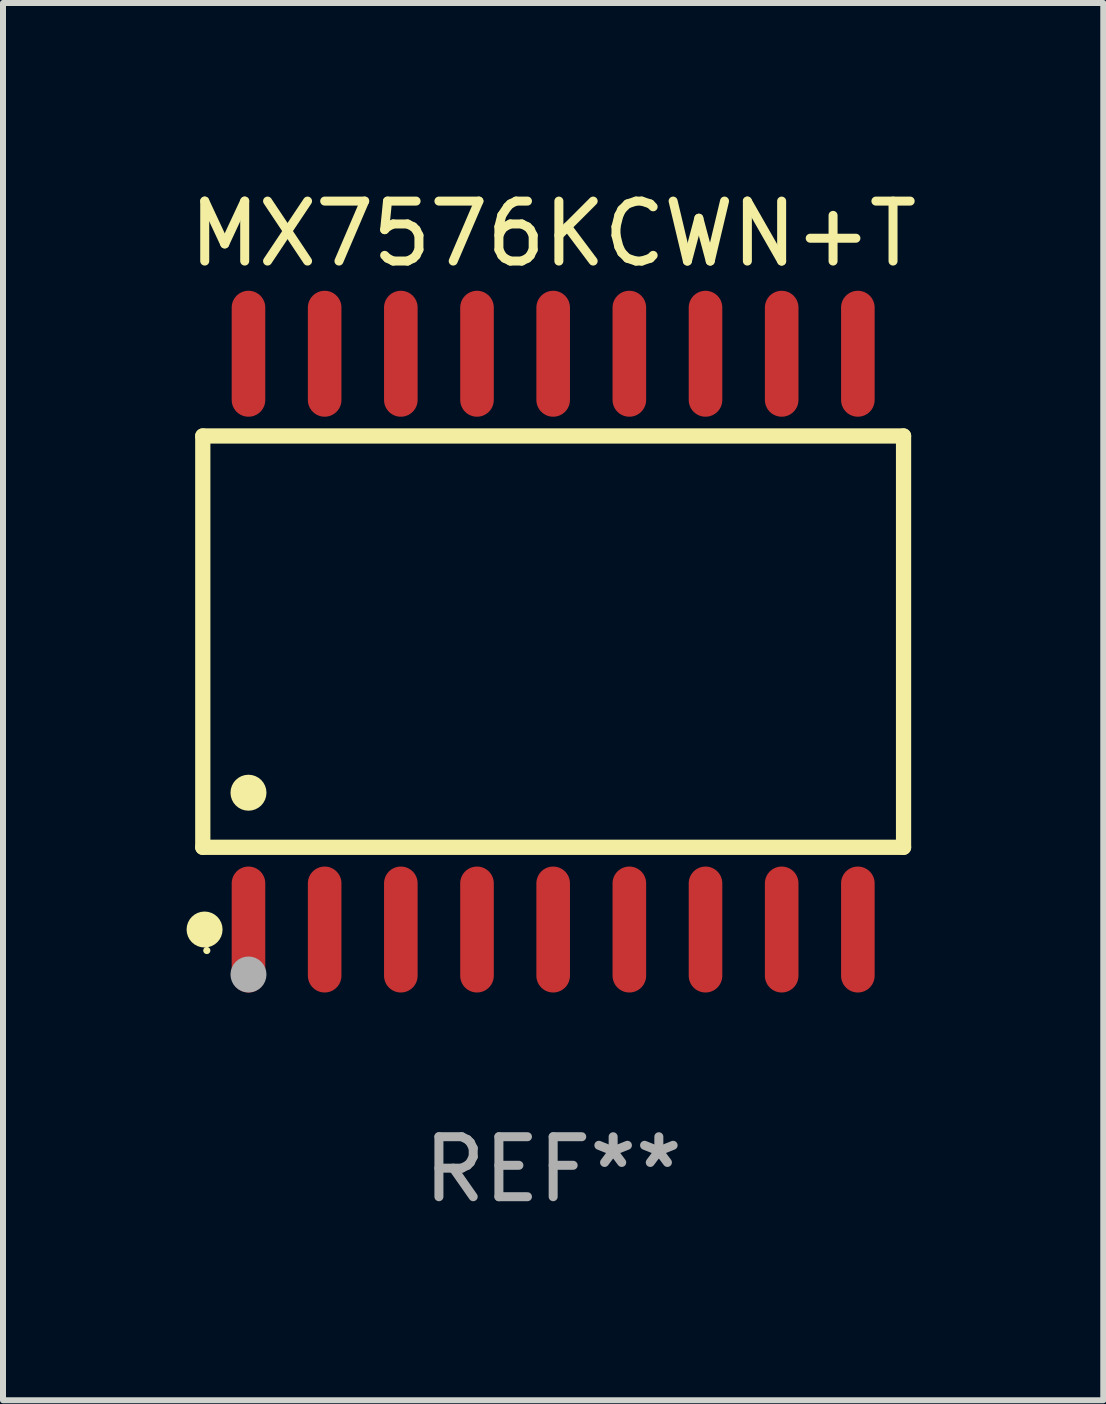
<source format=kicad_pcb>
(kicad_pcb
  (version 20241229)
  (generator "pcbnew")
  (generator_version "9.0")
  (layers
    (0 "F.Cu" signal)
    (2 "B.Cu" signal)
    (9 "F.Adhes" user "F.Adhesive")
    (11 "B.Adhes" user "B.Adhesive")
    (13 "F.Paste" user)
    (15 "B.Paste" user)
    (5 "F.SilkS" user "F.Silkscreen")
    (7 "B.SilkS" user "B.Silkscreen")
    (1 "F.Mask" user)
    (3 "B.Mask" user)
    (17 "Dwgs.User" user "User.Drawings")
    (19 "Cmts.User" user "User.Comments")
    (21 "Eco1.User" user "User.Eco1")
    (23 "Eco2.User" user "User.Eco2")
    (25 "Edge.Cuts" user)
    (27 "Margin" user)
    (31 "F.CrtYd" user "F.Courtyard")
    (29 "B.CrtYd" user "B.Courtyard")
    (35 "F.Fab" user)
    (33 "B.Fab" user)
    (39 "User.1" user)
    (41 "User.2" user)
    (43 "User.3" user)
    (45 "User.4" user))
  (footprint "MX7576KCWN+T"
    (layer "F.Cu")
    (at 6.173 7.648)
    (property "Reference" "MX7576KCWN+T" (at 0 -6.8 0) (layer "F.SilkS") (effects (font (size 1 1) (thickness 0.15))))
    (attr through_hole)
    (fp_line (start -5.842 -3.429) (end -5.842 3.429) (stroke (width 0.254) (type solid)) (layer "F.SilkS"))
    (fp_line (start -5.842 3.429) (end 5.842 3.429) (stroke (width 0.254) (type solid)) (layer "F.SilkS"))
    (fp_line (start 5.842 -3.429) (end -5.842 -3.429) (stroke (width 0.254) (type solid)) (layer "F.SilkS"))
    (fp_line (start 5.842 3.429) (end 5.842 -3.429) (stroke (width 0.254) (type solid)) (layer "F.SilkS"))
    (fp_circle (center -5.812 4.8) (end -5.662 4.8) (stroke (width 0.3) (type solid)) (fill no) (layer "F.SilkS"))
    (fp_circle (center -5.775 5.15) (end -5.745 5.15) (stroke (width 0.06) (type solid)) (fill no) (layer "F.SilkS"))
    (fp_circle (center -5.08 2.519) (end -4.93 2.519) (stroke (width 0.3) (type solid)) (fill no) (layer "F.SilkS"))
    (fp_circle (center -5.08 5.55) (end -4.93 5.55) (stroke (width 0.3) (type solid)) (fill no) (layer "F.Fab"))
    (fp_text user "REF**" (at 0 8.8 0) (layer "F.Fab") (effects (font (size 1 1) (thickness 0.15))))
    (pad "1" smd oval (at -5.08 4.8) (size 0.56 2.1) (layers "F.Cu" "F.Mask" "F.Paste"))
    (pad "2" smd oval (at -3.81 4.8) (size 0.56 2.1) (layers "F.Cu" "F.Mask" "F.Paste"))
    (pad "3" smd oval (at -2.54 4.8) (size 0.56 2.1) (layers "F.Cu" "F.Mask" "F.Paste"))
    (pad "4" smd oval (at -1.27 4.8) (size 0.56 2.1) (layers "F.Cu" "F.Mask" "F.Paste"))
    (pad "5" smd oval (at 0 4.8) (size 0.56 2.1) (layers "F.Cu" "F.Mask" "F.Paste"))
    (pad "6" smd oval (at 1.27 4.8) (size 0.56 2.1) (layers "F.Cu" "F.Mask" "F.Paste"))
    (pad "7" smd oval (at 2.54 4.8) (size 0.56 2.1) (layers "F.Cu" "F.Mask" "F.Paste"))
    (pad "8" smd oval (at 3.81 4.8) (size 0.56 2.1) (layers "F.Cu" "F.Mask" "F.Paste"))
    (pad "9" smd oval (at 5.08 4.8) (size 0.56 2.1) (layers "F.Cu" "F.Mask" "F.Paste"))
    (pad "10" smd oval (at 5.08 -4.8) (size 0.56 2.1) (layers "F.Cu" "F.Mask" "F.Paste"))
    (pad "11" smd oval (at 3.81 -4.8) (size 0.56 2.1) (layers "F.Cu" "F.Mask" "F.Paste"))
    (pad "12" smd oval (at 2.54 -4.8) (size 0.56 2.1) (layers "F.Cu" "F.Mask" "F.Paste"))
    (pad "13" smd oval (at 1.27 -4.8) (size 0.56 2.1) (layers "F.Cu" "F.Mask" "F.Paste"))
    (pad "14" smd oval (at 0 -4.8) (size 0.56 2.1) (layers "F.Cu" "F.Mask" "F.Paste"))
    (pad "15" smd oval (at -1.27 -4.8) (size 0.56 2.1) (layers "F.Cu" "F.Mask" "F.Paste"))
    (pad "16" smd oval (at -2.54 -4.8) (size 0.56 2.1) (layers "F.Cu" "F.Mask" "F.Paste"))
    (pad "17" smd oval (at -3.81 -4.8) (size 0.56 2.1) (layers "F.Cu" "F.Mask" "F.Paste"))
    (pad "18" smd oval (at -5.08 -4.8) (size 0.56 2.1) (layers "F.Cu" "F.Mask" "F.Paste")))
  (gr_rect
    (start -3 -3)
    (end 15.345 20.297)
    (stroke (width 0.1) (type default))
    (fill no)
    (layer "Edge.Cuts")))
</source>
